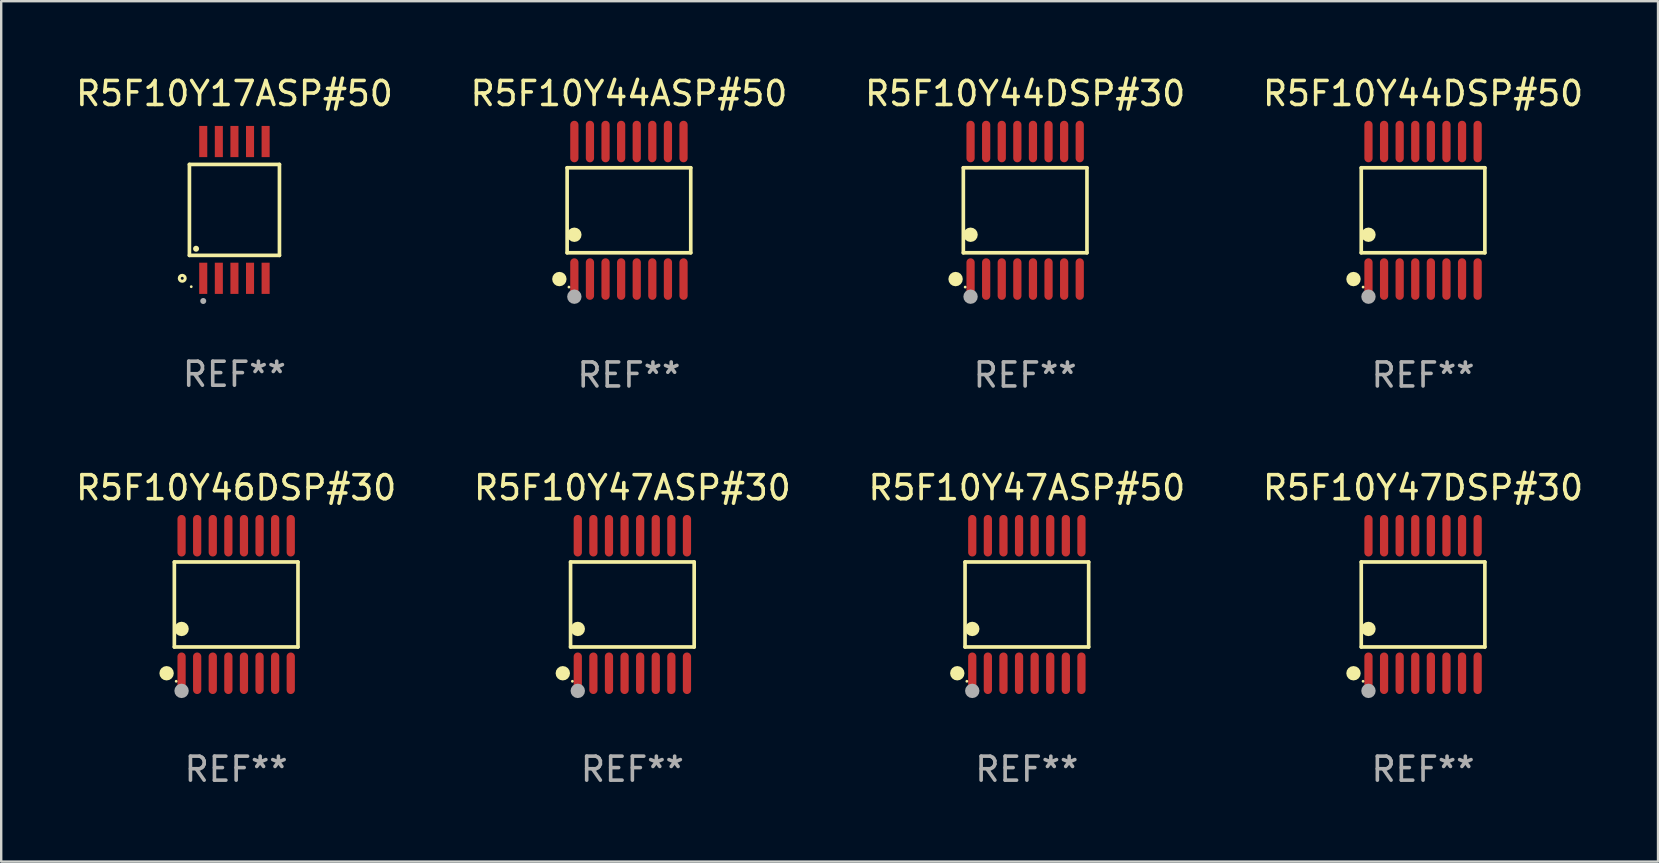
<source format=kicad_pcb>
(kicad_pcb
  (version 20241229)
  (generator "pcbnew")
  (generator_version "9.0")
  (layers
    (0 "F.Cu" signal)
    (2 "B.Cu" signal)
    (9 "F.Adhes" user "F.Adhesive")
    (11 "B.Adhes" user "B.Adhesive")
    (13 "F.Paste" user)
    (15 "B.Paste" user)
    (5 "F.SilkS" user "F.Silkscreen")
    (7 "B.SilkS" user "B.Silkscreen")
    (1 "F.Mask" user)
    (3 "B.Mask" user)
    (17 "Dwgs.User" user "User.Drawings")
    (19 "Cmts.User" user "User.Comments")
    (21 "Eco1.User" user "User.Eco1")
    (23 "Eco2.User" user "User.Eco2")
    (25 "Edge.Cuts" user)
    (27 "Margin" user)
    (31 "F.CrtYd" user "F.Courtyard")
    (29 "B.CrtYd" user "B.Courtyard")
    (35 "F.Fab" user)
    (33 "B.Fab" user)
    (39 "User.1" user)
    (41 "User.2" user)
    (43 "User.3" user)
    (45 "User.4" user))
  (footprint "R5F10Y44DSP#50"
    (layer "F.Cu")
    (at 56.256 5.714)
    (property "Reference" "R5F10Y44DSP#50" (at 0 -4.866 0) (layer "F.SilkS") (effects (font (size 1 1) (thickness 0.15))))
    (attr through_hole)
    (fp_line (start -2.576 -1.772) (end 2.576 -1.772) (stroke (width 0.152) (type solid)) (layer "F.SilkS"))
    (fp_line (start -2.576 1.771) (end -2.576 -1.772) (stroke (width 0.152) (type solid)) (layer "F.SilkS"))
    (fp_line (start 2.576 -1.772) (end 2.576 1.771) (stroke (width 0.152) (type solid)) (layer "F.SilkS"))
    (fp_line (start 2.576 1.771) (end -2.576 1.771) (stroke (width 0.152) (type solid)) (layer "F.SilkS"))
    (fp_circle (center -2.899 2.866) (end -2.749 2.866) (stroke (width 0.3) (type solid)) (fill no) (layer "F.SilkS"))
    (fp_circle (center -2.5 3.2) (end -2.47 3.2) (stroke (width 0.06) (type solid)) (fill no) (layer "F.SilkS"))
    (fp_circle (center -2.275 1.019) (end -2.125 1.019) (stroke (width 0.3) (type solid)) (fill no) (layer "F.SilkS"))
    (fp_circle (center -2.275 3.6) (end -2.125 3.6) (stroke (width 0.3) (type solid)) (fill no) (layer "F.Fab"))
    (fp_text user "REF**" (at 0 6.866 0) (layer "F.Fab") (effects (font (size 1 1) (thickness 0.15))))
    (pad "1" smd oval (at -2.275 2.866) (size 0.343 1.731) (layers "F.Cu" "F.Mask" "F.Paste"))
    (pad "2" smd oval (at -1.625 2.866) (size 0.343 1.731) (layers "F.Cu" "F.Mask" "F.Paste"))
    (pad "3" smd oval (at -0.975 2.866) (size 0.343 1.731) (layers "F.Cu" "F.Mask" "F.Paste"))
    (pad "4" smd oval (at -0.325 2.866) (size 0.343 1.731) (layers "F.Cu" "F.Mask" "F.Paste"))
    (pad "5" smd oval (at 0.325 2.866) (size 0.343 1.731) (layers "F.Cu" "F.Mask" "F.Paste"))
    (pad "6" smd oval (at 0.975 2.866) (size 0.343 1.731) (layers "F.Cu" "F.Mask" "F.Paste"))
    (pad "7" smd oval (at 1.625 2.866) (size 0.343 1.731) (layers "F.Cu" "F.Mask" "F.Paste"))
    (pad "8" smd oval (at 2.275 2.866) (size 0.343 1.731) (layers "F.Cu" "F.Mask" "F.Paste"))
    (pad "9" smd oval (at 2.275 -2.866) (size 0.343 1.731) (layers "F.Cu" "F.Mask" "F.Paste"))
    (pad "10" smd oval (at 1.625 -2.866) (size 0.343 1.731) (layers "F.Cu" "F.Mask" "F.Paste"))
    (pad "11" smd oval (at 0.975 -2.866) (size 0.343 1.731) (layers "F.Cu" "F.Mask" "F.Paste"))
    (pad "12" smd oval (at 0.325 -2.866) (size 0.343 1.731) (layers "F.Cu" "F.Mask" "F.Paste"))
    (pad "13" smd oval (at -0.325 -2.866) (size 0.343 1.731) (layers "F.Cu" "F.Mask" "F.Paste"))
    (pad "14" smd oval (at -0.975 -2.866) (size 0.343 1.731) (layers "F.Cu" "F.Mask" "F.Paste"))
    (pad "15" smd oval (at -1.625 -2.866) (size 0.343 1.731) (layers "F.Cu" "F.Mask" "F.Paste"))
    (pad "16" smd oval (at -2.275 -2.866) (size 0.343 1.731) (layers "F.Cu" "F.Mask" "F.Paste")))
  (footprint "R5F10Y46DSP#30"
    (layer "F.Cu")
    (at 6.792 22.142)
    (property "Reference" "R5F10Y46DSP#30" (at 0 -4.866 0) (layer "F.SilkS") (effects (font (size 1 1) (thickness 0.15))))
    (attr through_hole)
    (fp_line (start -2.576 -1.772) (end 2.576 -1.772) (stroke (width 0.152) (type solid)) (layer "F.SilkS"))
    (fp_line (start -2.576 1.771) (end -2.576 -1.772) (stroke (width 0.152) (type solid)) (layer "F.SilkS"))
    (fp_line (start 2.576 -1.772) (end 2.576 1.771) (stroke (width 0.152) (type solid)) (layer "F.SilkS"))
    (fp_line (start 2.576 1.771) (end -2.576 1.771) (stroke (width 0.152) (type solid)) (layer "F.SilkS"))
    (fp_circle (center -2.899 2.866) (end -2.749 2.866) (stroke (width 0.3) (type solid)) (fill no) (layer "F.SilkS"))
    (fp_circle (center -2.5 3.2) (end -2.47 3.2) (stroke (width 0.06) (type solid)) (fill no) (layer "F.SilkS"))
    (fp_circle (center -2.275 1.019) (end -2.125 1.019) (stroke (width 0.3) (type solid)) (fill no) (layer "F.SilkS"))
    (fp_circle (center -2.275 3.6) (end -2.125 3.6) (stroke (width 0.3) (type solid)) (fill no) (layer "F.Fab"))
    (fp_text user "REF**" (at 0 6.866 0) (layer "F.Fab") (effects (font (size 1 1) (thickness 0.15))))
    (pad "1" smd oval (at -2.275 2.866) (size 0.343 1.731) (layers "F.Cu" "F.Mask" "F.Paste"))
    (pad "2" smd oval (at -1.625 2.866) (size 0.343 1.731) (layers "F.Cu" "F.Mask" "F.Paste"))
    (pad "3" smd oval (at -0.975 2.866) (size 0.343 1.731) (layers "F.Cu" "F.Mask" "F.Paste"))
    (pad "4" smd oval (at -0.325 2.866) (size 0.343 1.731) (layers "F.Cu" "F.Mask" "F.Paste"))
    (pad "5" smd oval (at 0.325 2.866) (size 0.343 1.731) (layers "F.Cu" "F.Mask" "F.Paste"))
    (pad "6" smd oval (at 0.975 2.866) (size 0.343 1.731) (layers "F.Cu" "F.Mask" "F.Paste"))
    (pad "7" smd oval (at 1.625 2.866) (size 0.343 1.731) (layers "F.Cu" "F.Mask" "F.Paste"))
    (pad "8" smd oval (at 2.275 2.866) (size 0.343 1.731) (layers "F.Cu" "F.Mask" "F.Paste"))
    (pad "9" smd oval (at 2.275 -2.866) (size 0.343 1.731) (layers "F.Cu" "F.Mask" "F.Paste"))
    (pad "10" smd oval (at 1.625 -2.866) (size 0.343 1.731) (layers "F.Cu" "F.Mask" "F.Paste"))
    (pad "11" smd oval (at 0.975 -2.866) (size 0.343 1.731) (layers "F.Cu" "F.Mask" "F.Paste"))
    (pad "12" smd oval (at 0.325 -2.866) (size 0.343 1.731) (layers "F.Cu" "F.Mask" "F.Paste"))
    (pad "13" smd oval (at -0.325 -2.866) (size 0.343 1.731) (layers "F.Cu" "F.Mask" "F.Paste"))
    (pad "14" smd oval (at -0.975 -2.866) (size 0.343 1.731) (layers "F.Cu" "F.Mask" "F.Paste"))
    (pad "15" smd oval (at -1.625 -2.866) (size 0.343 1.731) (layers "F.Cu" "F.Mask" "F.Paste"))
    (pad "16" smd oval (at -2.275 -2.866) (size 0.343 1.731) (layers "F.Cu" "F.Mask" "F.Paste")))
  (footprint "R5F10Y17ASP#50"
    (layer "F.Cu")
    (at 6.72 5.698)
    (property "Reference" "R5F10Y17ASP#50" (at 0 -4.85 0) (layer "F.SilkS") (effects (font (size 1 1) (thickness 0.15))))
    (attr through_hole)
    (fp_line (start -1.876 -1.895) (end 1.876 -1.895) (stroke (width 0.152) (type solid)) (layer "F.SilkS"))
    (fp_line (start -1.876 1.895) (end -1.876 -1.895) (stroke (width 0.152) (type solid)) (layer "F.SilkS"))
    (fp_line (start 1.876 -1.895) (end 1.876 1.895) (stroke (width 0.152) (type solid)) (layer "F.SilkS"))
    (fp_line (start 1.876 1.895) (end -1.876 1.895) (stroke (width 0.152) (type solid)) (layer "F.SilkS"))
    (fp_circle (center -2.175 2.85) (end -2.113 2.85) (stroke (width 0.125) (type solid)) (fill no) (layer "F.SilkS"))
    (fp_circle (center -1.8 3.2) (end -1.77 3.2) (stroke (width 0.06) (type solid)) (fill no) (layer "F.SilkS"))
    (fp_circle (center -1.599 1.618) (end -1.536 1.618) (stroke (width 0.125) (type solid)) (fill no) (layer "F.SilkS"))
    (fp_circle (center -1.3 3.796) (end -1.237 3.796) (stroke (width 0.125) (type solid)) (fill no) (layer "F.Fab"))
    (fp_text user "REF**" (at 0 6.85 0) (layer "F.Fab") (effects (font (size 1 1) (thickness 0.15))))
    (pad "1" smd rect (at -1.3 2.85) (size 0.336 1.3) (layers "F.Cu" "F.Mask" "F.Paste"))
    (pad "2" smd rect (at -0.65 2.85) (size 0.336 1.3) (layers "F.Cu" "F.Mask" "F.Paste"))
    (pad "3" smd rect (at 0 2.85) (size 0.336 1.3) (layers "F.Cu" "F.Mask" "F.Paste"))
    (pad "4" smd rect (at 0.65 2.85) (size 0.336 1.3) (layers "F.Cu" "F.Mask" "F.Paste"))
    (pad "5" smd rect (at 1.3 2.85) (size 0.336 1.3) (layers "F.Cu" "F.Mask" "F.Paste"))
    (pad "6" smd rect (at 1.3 -2.85) (size 0.336 1.3) (layers "F.Cu" "F.Mask" "F.Paste"))
    (pad "7" smd rect (at 0.65 -2.85) (size 0.336 1.3) (layers "F.Cu" "F.Mask" "F.Paste"))
    (pad "8" smd rect (at 0 -2.85) (size 0.336 1.3) (layers "F.Cu" "F.Mask" "F.Paste"))
    (pad "9" smd rect (at -0.65 -2.85) (size 0.336 1.3) (layers "F.Cu" "F.Mask" "F.Paste"))
    (pad "10" smd rect (at -1.3 -2.85) (size 0.336 1.3) (layers "F.Cu" "F.Mask" "F.Paste")))
  (footprint "R5F10Y47ASP#50"
    (layer "F.Cu")
    (at 39.744 22.142)
    (property "Reference" "R5F10Y47ASP#50" (at 0 -4.866 0) (layer "F.SilkS") (effects (font (size 1 1) (thickness 0.15))))
    (attr through_hole)
    (fp_line (start -2.576 -1.772) (end 2.576 -1.772) (stroke (width 0.152) (type solid)) (layer "F.SilkS"))
    (fp_line (start -2.576 1.771) (end -2.576 -1.772) (stroke (width 0.152) (type solid)) (layer "F.SilkS"))
    (fp_line (start 2.576 -1.772) (end 2.576 1.771) (stroke (width 0.152) (type solid)) (layer "F.SilkS"))
    (fp_line (start 2.576 1.771) (end -2.576 1.771) (stroke (width 0.152) (type solid)) (layer "F.SilkS"))
    (fp_circle (center -2.899 2.866) (end -2.749 2.866) (stroke (width 0.3) (type solid)) (fill no) (layer "F.SilkS"))
    (fp_circle (center -2.5 3.2) (end -2.47 3.2) (stroke (width 0.06) (type solid)) (fill no) (layer "F.SilkS"))
    (fp_circle (center -2.275 1.019) (end -2.125 1.019) (stroke (width 0.3) (type solid)) (fill no) (layer "F.SilkS"))
    (fp_circle (center -2.275 3.6) (end -2.125 3.6) (stroke (width 0.3) (type solid)) (fill no) (layer "F.Fab"))
    (fp_text user "REF**" (at 0 6.866 0) (layer "F.Fab") (effects (font (size 1 1) (thickness 0.15))))
    (pad "1" smd oval (at -2.275 2.866) (size 0.343 1.731) (layers "F.Cu" "F.Mask" "F.Paste"))
    (pad "2" smd oval (at -1.625 2.866) (size 0.343 1.731) (layers "F.Cu" "F.Mask" "F.Paste"))
    (pad "3" smd oval (at -0.975 2.866) (size 0.343 1.731) (layers "F.Cu" "F.Mask" "F.Paste"))
    (pad "4" smd oval (at -0.325 2.866) (size 0.343 1.731) (layers "F.Cu" "F.Mask" "F.Paste"))
    (pad "5" smd oval (at 0.325 2.866) (size 0.343 1.731) (layers "F.Cu" "F.Mask" "F.Paste"))
    (pad "6" smd oval (at 0.975 2.866) (size 0.343 1.731) (layers "F.Cu" "F.Mask" "F.Paste"))
    (pad "7" smd oval (at 1.625 2.866) (size 0.343 1.731) (layers "F.Cu" "F.Mask" "F.Paste"))
    (pad "8" smd oval (at 2.275 2.866) (size 0.343 1.731) (layers "F.Cu" "F.Mask" "F.Paste"))
    (pad "9" smd oval (at 2.275 -2.866) (size 0.343 1.731) (layers "F.Cu" "F.Mask" "F.Paste"))
    (pad "10" smd oval (at 1.625 -2.866) (size 0.343 1.731) (layers "F.Cu" "F.Mask" "F.Paste"))
    (pad "11" smd oval (at 0.975 -2.866) (size 0.343 1.731) (layers "F.Cu" "F.Mask" "F.Paste"))
    (pad "12" smd oval (at 0.325 -2.866) (size 0.343 1.731) (layers "F.Cu" "F.Mask" "F.Paste"))
    (pad "13" smd oval (at -0.325 -2.866) (size 0.343 1.731) (layers "F.Cu" "F.Mask" "F.Paste"))
    (pad "14" smd oval (at -0.975 -2.866) (size 0.343 1.731) (layers "F.Cu" "F.Mask" "F.Paste"))
    (pad "15" smd oval (at -1.625 -2.866) (size 0.343 1.731) (layers "F.Cu" "F.Mask" "F.Paste"))
    (pad "16" smd oval (at -2.275 -2.866) (size 0.343 1.731) (layers "F.Cu" "F.Mask" "F.Paste")))
  (footprint "R5F10Y47ASP#30"
    (layer "F.Cu")
    (at 23.304 22.142)
    (property "Reference" "R5F10Y47ASP#30" (at 0 -4.866 0) (layer "F.SilkS") (effects (font (size 1 1) (thickness 0.15))))
    (attr through_hole)
    (fp_line (start -2.576 -1.772) (end 2.576 -1.772) (stroke (width 0.152) (type solid)) (layer "F.SilkS"))
    (fp_line (start -2.576 1.771) (end -2.576 -1.772) (stroke (width 0.152) (type solid)) (layer "F.SilkS"))
    (fp_line (start 2.576 -1.772) (end 2.576 1.771) (stroke (width 0.152) (type solid)) (layer "F.SilkS"))
    (fp_line (start 2.576 1.771) (end -2.576 1.771) (stroke (width 0.152) (type solid)) (layer "F.SilkS"))
    (fp_circle (center -2.899 2.866) (end -2.749 2.866) (stroke (width 0.3) (type solid)) (fill no) (layer "F.SilkS"))
    (fp_circle (center -2.5 3.2) (end -2.47 3.2) (stroke (width 0.06) (type solid)) (fill no) (layer "F.SilkS"))
    (fp_circle (center -2.275 1.019) (end -2.125 1.019) (stroke (width 0.3) (type solid)) (fill no) (layer "F.SilkS"))
    (fp_circle (center -2.275 3.6) (end -2.125 3.6) (stroke (width 0.3) (type solid)) (fill no) (layer "F.Fab"))
    (fp_text user "REF**" (at 0 6.866 0) (layer "F.Fab") (effects (font (size 1 1) (thickness 0.15))))
    (pad "1" smd oval (at -2.275 2.866) (size 0.343 1.731) (layers "F.Cu" "F.Mask" "F.Paste"))
    (pad "2" smd oval (at -1.625 2.866) (size 0.343 1.731) (layers "F.Cu" "F.Mask" "F.Paste"))
    (pad "3" smd oval (at -0.975 2.866) (size 0.343 1.731) (layers "F.Cu" "F.Mask" "F.Paste"))
    (pad "4" smd oval (at -0.325 2.866) (size 0.343 1.731) (layers "F.Cu" "F.Mask" "F.Paste"))
    (pad "5" smd oval (at 0.325 2.866) (size 0.343 1.731) (layers "F.Cu" "F.Mask" "F.Paste"))
    (pad "6" smd oval (at 0.975 2.866) (size 0.343 1.731) (layers "F.Cu" "F.Mask" "F.Paste"))
    (pad "7" smd oval (at 1.625 2.866) (size 0.343 1.731) (layers "F.Cu" "F.Mask" "F.Paste"))
    (pad "8" smd oval (at 2.275 2.866) (size 0.343 1.731) (layers "F.Cu" "F.Mask" "F.Paste"))
    (pad "9" smd oval (at 2.275 -2.866) (size 0.343 1.731) (layers "F.Cu" "F.Mask" "F.Paste"))
    (pad "10" smd oval (at 1.625 -2.866) (size 0.343 1.731) (layers "F.Cu" "F.Mask" "F.Paste"))
    (pad "11" smd oval (at 0.975 -2.866) (size 0.343 1.731) (layers "F.Cu" "F.Mask" "F.Paste"))
    (pad "12" smd oval (at 0.325 -2.866) (size 0.343 1.731) (layers "F.Cu" "F.Mask" "F.Paste"))
    (pad "13" smd oval (at -0.325 -2.866) (size 0.343 1.731) (layers "F.Cu" "F.Mask" "F.Paste"))
    (pad "14" smd oval (at -0.975 -2.866) (size 0.343 1.731) (layers "F.Cu" "F.Mask" "F.Paste"))
    (pad "15" smd oval (at -1.625 -2.866) (size 0.343 1.731) (layers "F.Cu" "F.Mask" "F.Paste"))
    (pad "16" smd oval (at -2.275 -2.866) (size 0.343 1.731) (layers "F.Cu" "F.Mask" "F.Paste")))
  (footprint "R5F10Y47DSP#30"
    (layer "F.Cu")
    (at 56.256 22.142)
    (property "Reference" "R5F10Y47DSP#30" (at 0 -4.866 0) (layer "F.SilkS") (effects (font (size 1 1) (thickness 0.15))))
    (attr through_hole)
    (fp_line (start -2.576 -1.772) (end 2.576 -1.772) (stroke (width 0.152) (type solid)) (layer "F.SilkS"))
    (fp_line (start -2.576 1.771) (end -2.576 -1.772) (stroke (width 0.152) (type solid)) (layer "F.SilkS"))
    (fp_line (start 2.576 -1.772) (end 2.576 1.771) (stroke (width 0.152) (type solid)) (layer "F.SilkS"))
    (fp_line (start 2.576 1.771) (end -2.576 1.771) (stroke (width 0.152) (type solid)) (layer "F.SilkS"))
    (fp_circle (center -2.899 2.866) (end -2.749 2.866) (stroke (width 0.3) (type solid)) (fill no) (layer "F.SilkS"))
    (fp_circle (center -2.5 3.2) (end -2.47 3.2) (stroke (width 0.06) (type solid)) (fill no) (layer "F.SilkS"))
    (fp_circle (center -2.275 1.019) (end -2.125 1.019) (stroke (width 0.3) (type solid)) (fill no) (layer "F.SilkS"))
    (fp_circle (center -2.275 3.6) (end -2.125 3.6) (stroke (width 0.3) (type solid)) (fill no) (layer "F.Fab"))
    (fp_text user "REF**" (at 0 6.866 0) (layer "F.Fab") (effects (font (size 1 1) (thickness 0.15))))
    (pad "1" smd oval (at -2.275 2.866) (size 0.343 1.731) (layers "F.Cu" "F.Mask" "F.Paste"))
    (pad "2" smd oval (at -1.625 2.866) (size 0.343 1.731) (layers "F.Cu" "F.Mask" "F.Paste"))
    (pad "3" smd oval (at -0.975 2.866) (size 0.343 1.731) (layers "F.Cu" "F.Mask" "F.Paste"))
    (pad "4" smd oval (at -0.325 2.866) (size 0.343 1.731) (layers "F.Cu" "F.Mask" "F.Paste"))
    (pad "5" smd oval (at 0.325 2.866) (size 0.343 1.731) (layers "F.Cu" "F.Mask" "F.Paste"))
    (pad "6" smd oval (at 0.975 2.866) (size 0.343 1.731) (layers "F.Cu" "F.Mask" "F.Paste"))
    (pad "7" smd oval (at 1.625 2.866) (size 0.343 1.731) (layers "F.Cu" "F.Mask" "F.Paste"))
    (pad "8" smd oval (at 2.275 2.866) (size 0.343 1.731) (layers "F.Cu" "F.Mask" "F.Paste"))
    (pad "9" smd oval (at 2.275 -2.866) (size 0.343 1.731) (layers "F.Cu" "F.Mask" "F.Paste"))
    (pad "10" smd oval (at 1.625 -2.866) (size 0.343 1.731) (layers "F.Cu" "F.Mask" "F.Paste"))
    (pad "11" smd oval (at 0.975 -2.866) (size 0.343 1.731) (layers "F.Cu" "F.Mask" "F.Paste"))
    (pad "12" smd oval (at 0.325 -2.866) (size 0.343 1.731) (layers "F.Cu" "F.Mask" "F.Paste"))
    (pad "13" smd oval (at -0.325 -2.866) (size 0.343 1.731) (layers "F.Cu" "F.Mask" "F.Paste"))
    (pad "14" smd oval (at -0.975 -2.866) (size 0.343 1.731) (layers "F.Cu" "F.Mask" "F.Paste"))
    (pad "15" smd oval (at -1.625 -2.866) (size 0.343 1.731) (layers "F.Cu" "F.Mask" "F.Paste"))
    (pad "16" smd oval (at -2.275 -2.866) (size 0.343 1.731) (layers "F.Cu" "F.Mask" "F.Paste")))
  (footprint "R5F10Y44DSP#30"
    (layer "F.Cu")
    (at 39.673 5.714)
    (property "Reference" "R5F10Y44DSP#30" (at 0 -4.866 0) (layer "F.SilkS") (effects (font (size 1 1) (thickness 0.15))))
    (attr through_hole)
    (fp_line (start -2.576 -1.772) (end 2.576 -1.772) (stroke (width 0.152) (type solid)) (layer "F.SilkS"))
    (fp_line (start -2.576 1.771) (end -2.576 -1.772) (stroke (width 0.152) (type solid)) (layer "F.SilkS"))
    (fp_line (start 2.576 -1.772) (end 2.576 1.771) (stroke (width 0.152) (type solid)) (layer "F.SilkS"))
    (fp_line (start 2.576 1.771) (end -2.576 1.771) (stroke (width 0.152) (type solid)) (layer "F.SilkS"))
    (fp_circle (center -2.899 2.866) (end -2.749 2.866) (stroke (width 0.3) (type solid)) (fill no) (layer "F.SilkS"))
    (fp_circle (center -2.5 3.2) (end -2.47 3.2) (stroke (width 0.06) (type solid)) (fill no) (layer "F.SilkS"))
    (fp_circle (center -2.275 1.019) (end -2.125 1.019) (stroke (width 0.3) (type solid)) (fill no) (layer "F.SilkS"))
    (fp_circle (center -2.275 3.6) (end -2.125 3.6) (stroke (width 0.3) (type solid)) (fill no) (layer "F.Fab"))
    (fp_text user "REF**" (at 0 6.866 0) (layer "F.Fab") (effects (font (size 1 1) (thickness 0.15))))
    (pad "1" smd oval (at -2.275 2.866) (size 0.343 1.731) (layers "F.Cu" "F.Mask" "F.Paste"))
    (pad "2" smd oval (at -1.625 2.866) (size 0.343 1.731) (layers "F.Cu" "F.Mask" "F.Paste"))
    (pad "3" smd oval (at -0.975 2.866) (size 0.343 1.731) (layers "F.Cu" "F.Mask" "F.Paste"))
    (pad "4" smd oval (at -0.325 2.866) (size 0.343 1.731) (layers "F.Cu" "F.Mask" "F.Paste"))
    (pad "5" smd oval (at 0.325 2.866) (size 0.343 1.731) (layers "F.Cu" "F.Mask" "F.Paste"))
    (pad "6" smd oval (at 0.975 2.866) (size 0.343 1.731) (layers "F.Cu" "F.Mask" "F.Paste"))
    (pad "7" smd oval (at 1.625 2.866) (size 0.343 1.731) (layers "F.Cu" "F.Mask" "F.Paste"))
    (pad "8" smd oval (at 2.275 2.866) (size 0.343 1.731) (layers "F.Cu" "F.Mask" "F.Paste"))
    (pad "9" smd oval (at 2.275 -2.866) (size 0.343 1.731) (layers "F.Cu" "F.Mask" "F.Paste"))
    (pad "10" smd oval (at 1.625 -2.866) (size 0.343 1.731) (layers "F.Cu" "F.Mask" "F.Paste"))
    (pad "11" smd oval (at 0.975 -2.866) (size 0.343 1.731) (layers "F.Cu" "F.Mask" "F.Paste"))
    (pad "12" smd oval (at 0.325 -2.866) (size 0.343 1.731) (layers "F.Cu" "F.Mask" "F.Paste"))
    (pad "13" smd oval (at -0.325 -2.866) (size 0.343 1.731) (layers "F.Cu" "F.Mask" "F.Paste"))
    (pad "14" smd oval (at -0.975 -2.866) (size 0.343 1.731) (layers "F.Cu" "F.Mask" "F.Paste"))
    (pad "15" smd oval (at -1.625 -2.866) (size 0.343 1.731) (layers "F.Cu" "F.Mask" "F.Paste"))
    (pad "16" smd oval (at -2.275 -2.866) (size 0.343 1.731) (layers "F.Cu" "F.Mask" "F.Paste")))
  (footprint "R5F10Y44ASP#50"
    (layer "F.Cu")
    (at 23.161 5.714)
    (property "Reference" "R5F10Y44ASP#50" (at 0 -4.866 0) (layer "F.SilkS") (effects (font (size 1 1) (thickness 0.15))))
    (attr through_hole)
    (fp_line (start -2.576 -1.772) (end 2.576 -1.772) (stroke (width 0.152) (type solid)) (layer "F.SilkS"))
    (fp_line (start -2.576 1.771) (end -2.576 -1.772) (stroke (width 0.152) (type solid)) (layer "F.SilkS"))
    (fp_line (start 2.576 -1.772) (end 2.576 1.771) (stroke (width 0.152) (type solid)) (layer "F.SilkS"))
    (fp_line (start 2.576 1.771) (end -2.576 1.771) (stroke (width 0.152) (type solid)) (layer "F.SilkS"))
    (fp_circle (center -2.899 2.866) (end -2.749 2.866) (stroke (width 0.3) (type solid)) (fill no) (layer "F.SilkS"))
    (fp_circle (center -2.5 3.2) (end -2.47 3.2) (stroke (width 0.06) (type solid)) (fill no) (layer "F.SilkS"))
    (fp_circle (center -2.275 1.019) (end -2.125 1.019) (stroke (width 0.3) (type solid)) (fill no) (layer "F.SilkS"))
    (fp_circle (center -2.275 3.6) (end -2.125 3.6) (stroke (width 0.3) (type solid)) (fill no) (layer "F.Fab"))
    (fp_text user "REF**" (at 0 6.866 0) (layer "F.Fab") (effects (font (size 1 1) (thickness 0.15))))
    (pad "1" smd oval (at -2.275 2.866) (size 0.343 1.731) (layers "F.Cu" "F.Mask" "F.Paste"))
    (pad "2" smd oval (at -1.625 2.866) (size 0.343 1.731) (layers "F.Cu" "F.Mask" "F.Paste"))
    (pad "3" smd oval (at -0.975 2.866) (size 0.343 1.731) (layers "F.Cu" "F.Mask" "F.Paste"))
    (pad "4" smd oval (at -0.325 2.866) (size 0.343 1.731) (layers "F.Cu" "F.Mask" "F.Paste"))
    (pad "5" smd oval (at 0.325 2.866) (size 0.343 1.731) (layers "F.Cu" "F.Mask" "F.Paste"))
    (pad "6" smd oval (at 0.975 2.866) (size 0.343 1.731) (layers "F.Cu" "F.Mask" "F.Paste"))
    (pad "7" smd oval (at 1.625 2.866) (size 0.343 1.731) (layers "F.Cu" "F.Mask" "F.Paste"))
    (pad "8" smd oval (at 2.275 2.866) (size 0.343 1.731) (layers "F.Cu" "F.Mask" "F.Paste"))
    (pad "9" smd oval (at 2.275 -2.866) (size 0.343 1.731) (layers "F.Cu" "F.Mask" "F.Paste"))
    (pad "10" smd oval (at 1.625 -2.866) (size 0.343 1.731) (layers "F.Cu" "F.Mask" "F.Paste"))
    (pad "11" smd oval (at 0.975 -2.866) (size 0.343 1.731) (layers "F.Cu" "F.Mask" "F.Paste"))
    (pad "12" smd oval (at 0.325 -2.866) (size 0.343 1.731) (layers "F.Cu" "F.Mask" "F.Paste"))
    (pad "13" smd oval (at -0.325 -2.866) (size 0.343 1.731) (layers "F.Cu" "F.Mask" "F.Paste"))
    (pad "14" smd oval (at -0.975 -2.866) (size 0.343 1.731) (layers "F.Cu" "F.Mask" "F.Paste"))
    (pad "15" smd oval (at -1.625 -2.866) (size 0.343 1.731) (layers "F.Cu" "F.Mask" "F.Paste"))
    (pad "16" smd oval (at -2.275 -2.866) (size 0.343 1.731) (layers "F.Cu" "F.Mask" "F.Paste")))
  (gr_rect
    (start -3 -3)
    (end 66.048 32.856)
    (stroke (width 0.1) (type default))
    (fill no)
    (layer "Edge.Cuts")))
</source>
